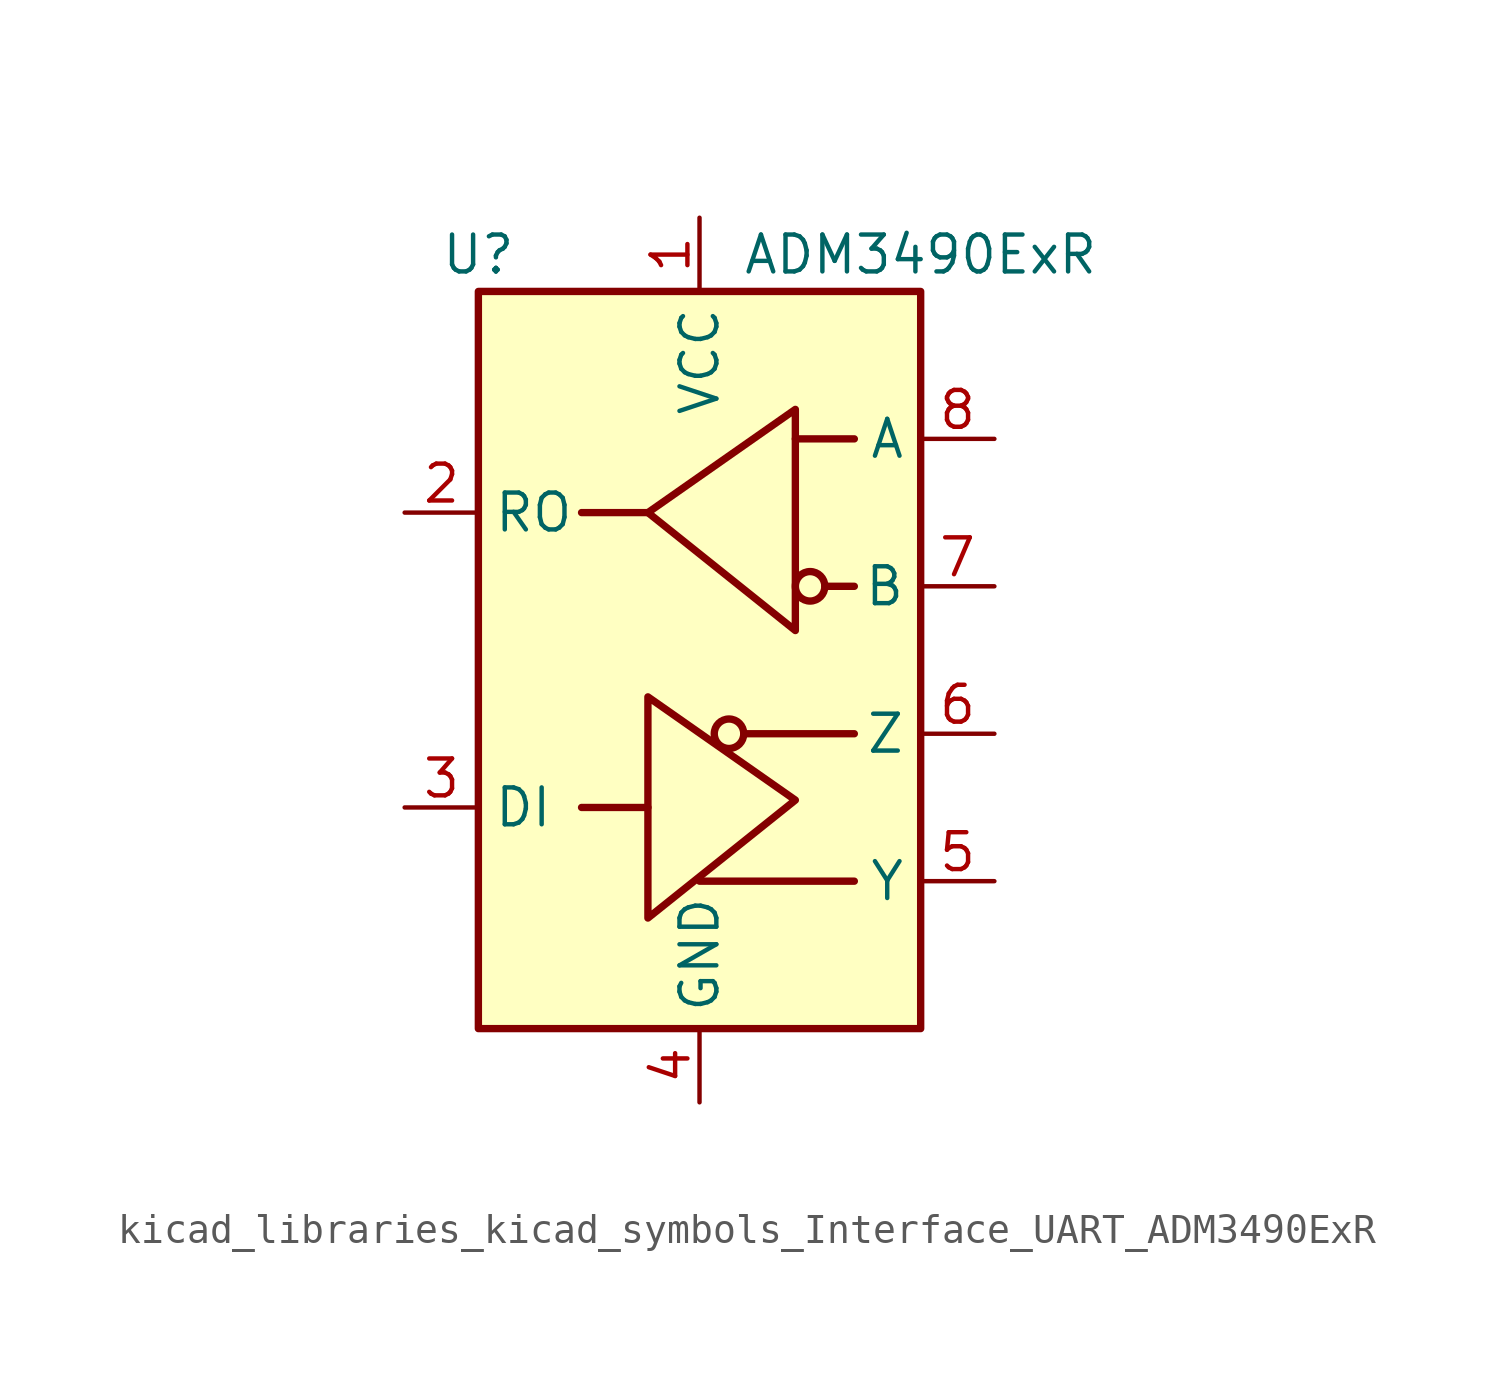
<source format=kicad_sym>
(kicad_symbol_lib
  (version 20220914)
  (generator kicad_symbol_editor)
  (symbol "kicad_libraries_kicad_symbols_Interface_UART_ADM3490ExR"
    (property "Reference" "U"
      (at -7.62 13.97 0)
      (effects (font (size 1.27 1.27))))
    (property "Value" "ADM3490ExR"
      (at 7.62 13.97 0)
      (effects (font (size 1.27 1.27))))
    (symbol "kicad_libraries_kicad_symbols_Interface_UART_ADM3490ExR_0_1"
      (rectangle (start -7.62 12.7) (end 7.62 -12.7) (stroke (width 0.254) (type default)) (fill (type background)))
      (polyline (pts (xy -1.778 -5.08) (xy -4.064 -5.08)) (stroke (width 0.254) (type default)) (fill (type none)))
      (polyline (pts (xy -1.778 5.08) (xy -4.064 5.08)) (stroke (width 0.254) (type default)) (fill (type none)))
      (polyline (pts (xy 0 -7.62) (xy 5.334 -7.62)) (stroke (width 0.254) (type default)) (fill (type none)))
      (polyline (pts (xy 1.524 -2.54) (xy 5.334 -2.54)) (stroke (width 0.254) (type default)) (fill (type none)))
      (polyline (pts (xy 3.302 7.62) (xy 5.334 7.62)) (stroke (width 0.254) (type default)) (fill (type none)))
      (polyline (pts (xy 4.318 2.54) (xy 5.334 2.54)) (stroke (width 0.254) (type default)) (fill (type none)))
      (polyline (pts (xy -1.778 -5.08) (xy -1.778 -1.27) (xy 3.302 -4.826) (xy -1.778 -8.89) (xy -1.778 -5.08)) (stroke (width 0.254) (type default)) (fill (type none)))
      (circle (center 1.016 -2.54) (radius 0.508) (stroke (width 0.254) (type default)) (fill (type none))))
    (symbol "kicad_libraries_kicad_symbols_Interface_UART_ADM3490ExR_1_1"
      (polyline (pts (xy 3.302 4.826) (xy 3.302 8.636) (xy -1.778 5.08) (xy 3.302 1.016) (xy 3.302 4.826)) (stroke (width 0.254) (type default)) (fill (type none)))
      (circle (center 3.81 2.54) (radius 0.508) (stroke (width 0.254) (type default)) (fill (type none)))
      (pin power_in line (at 0 15.24 270) (length 2.54) (name "VCC" (effects (font (size 1.27 1.27)))) (number "1" (effects (font (size 1.27 1.27)))))
      (pin output line (at -10.16 5.08 0) (length 2.54) (name "RO" (effects (font (size 1.27 1.27)))) (number "2" (effects (font (size 1.27 1.27)))))
      (pin input line (at -10.16 -5.08 0) (length 2.54) (name "DI" (effects (font (size 1.27 1.27)))) (number "3" (effects (font (size 1.27 1.27)))))
      (pin power_in line (at 0 -15.24 90) (length 2.54) (name "GND" (effects (font (size 1.27 1.27)))) (number "4" (effects (font (size 1.27 1.27)))))
      (pin output line (at 10.16 -7.62 180) (length 2.54) (name "Y" (effects (font (size 1.27 1.27)))) (number "5" (effects (font (size 1.27 1.27)))))
      (pin output line (at 10.16 -2.54 180) (length 2.54) (name "Z" (effects (font (size 1.27 1.27)))) (number "6" (effects (font (size 1.27 1.27)))))
      (pin input line (at 10.16 2.54 180) (length 2.54) (name "B" (effects (font (size 1.27 1.27)))) (number "7" (effects (font (size 1.27 1.27)))))
      (pin input line (at 10.16 7.62 180) (length 2.54) (name "A" (effects (font (size 1.27 1.27)))) (number "8" (effects (font (size 1.27 1.27))))))))
</source>
